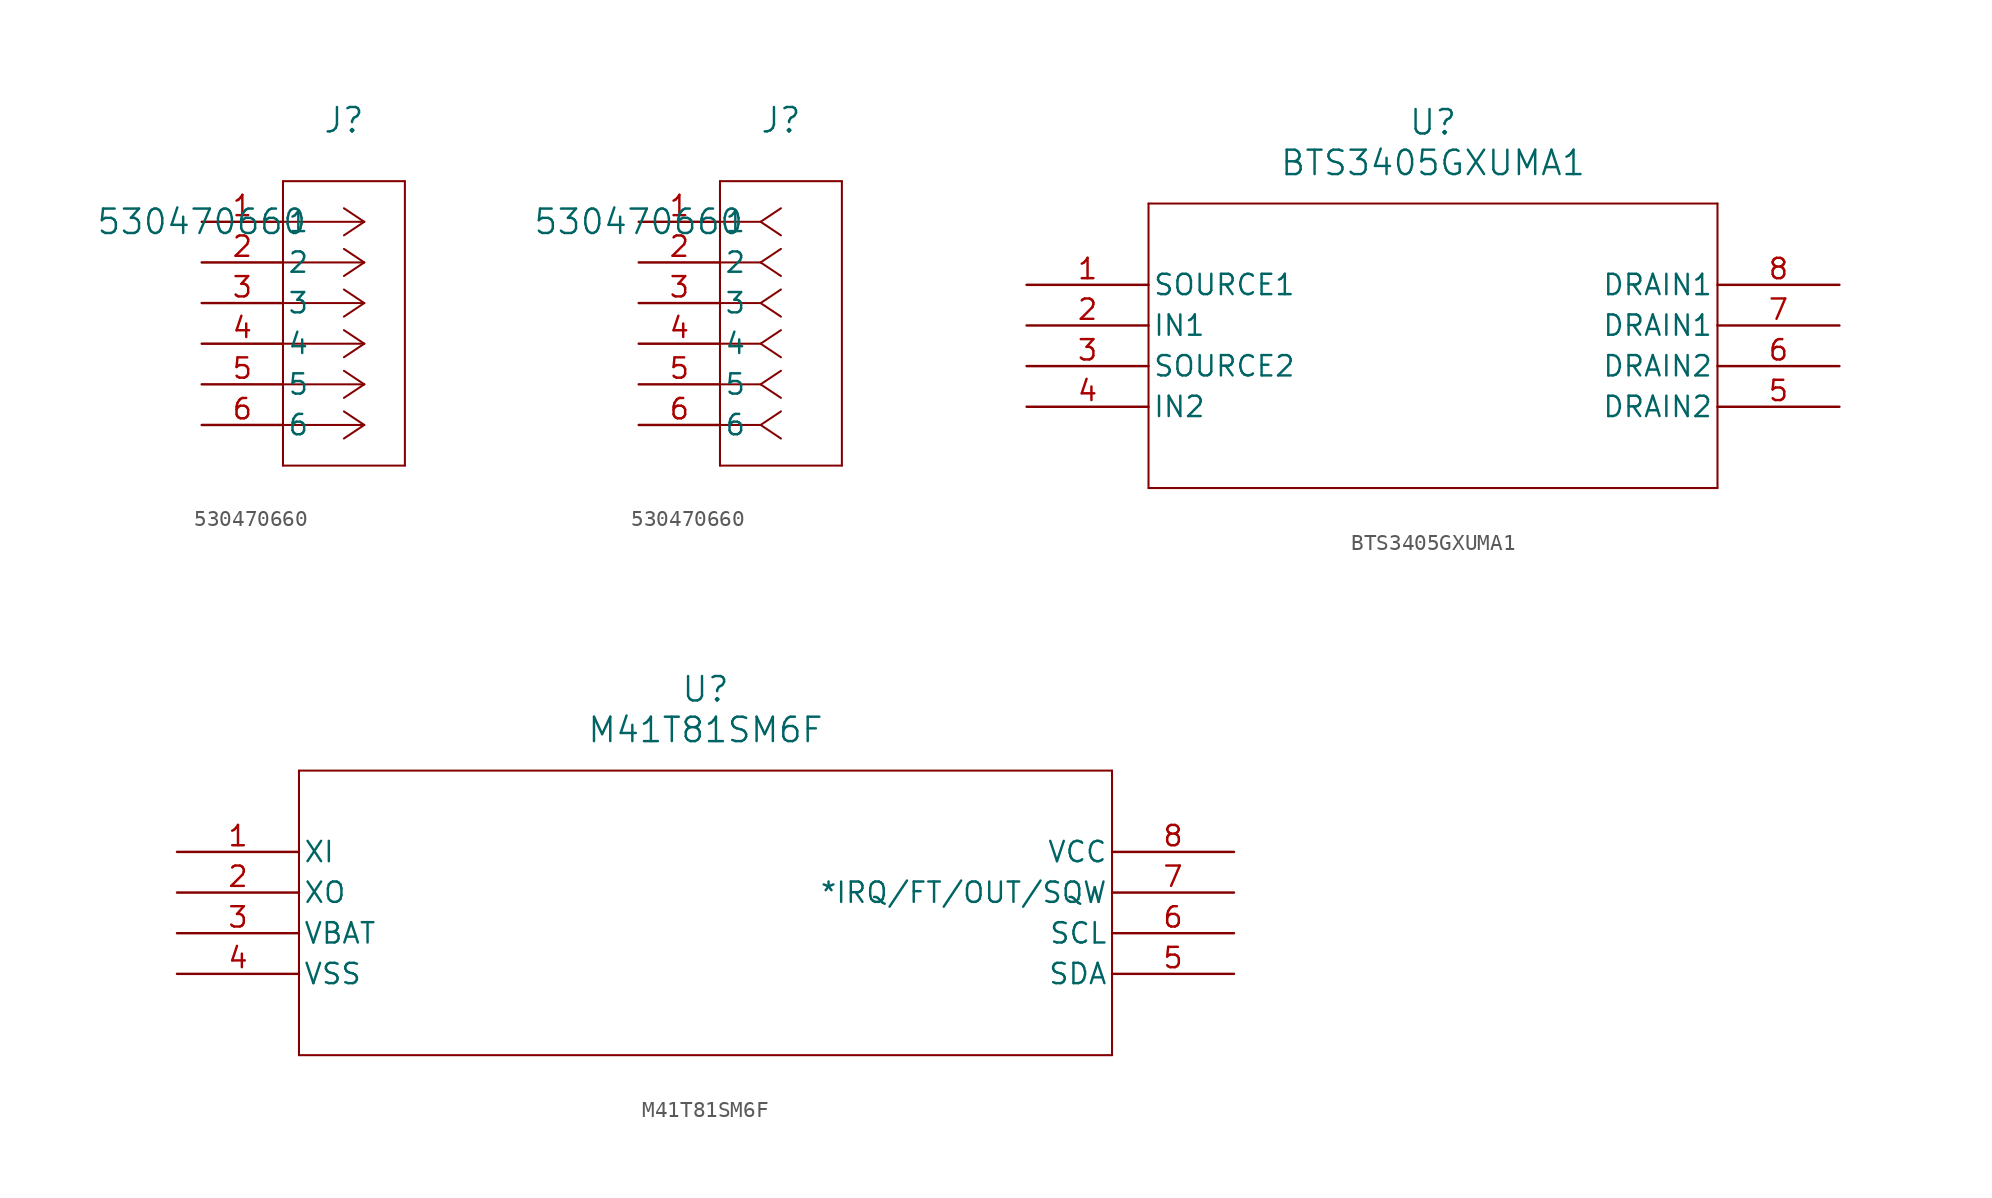
<source format=kicad_sym>
(kicad_symbol_lib
  (version 20231120)
  (generator "kicad_symbol_editor")
  (generator_version "8.0")
  (symbol "530470660"
    (pin_names
      (offset 0.254))
    (property "Reference" "J"
      (at 8.89 6.35 0)
      (effects (font (size 1.524 1.524))))
    (property "Value" "530470660"
      (at 0 0 0)
      (effects (font (size 1.524 1.524))))
    (property "ki_locked" ""
      (at 0 0 0)
      (effects (font (size 1.27 1.27))))
    (symbol "530470660_1_1"
      (polyline (pts (xy 5.08 -15.24) (xy 12.7 -15.24)) (stroke (width 0.127) (type default)) (fill (type none)))
      (polyline (pts (xy 5.08 2.54) (xy 5.08 -15.24)) (stroke (width 0.127) (type default)) (fill (type none)))
      (polyline (pts (xy 10.16 -12.7) (xy 5.08 -12.7)) (stroke (width 0.127) (type default)) (fill (type none)))
      (polyline (pts (xy 10.16 -12.7) (xy 8.89 -13.547)) (stroke (width 0.127) (type default)) (fill (type none)))
      (polyline (pts (xy 10.16 -12.7) (xy 8.89 -11.853)) (stroke (width 0.127) (type default)) (fill (type none)))
      (polyline (pts (xy 10.16 -10.16) (xy 5.08 -10.16)) (stroke (width 0.127) (type default)) (fill (type none)))
      (polyline (pts (xy 10.16 -10.16) (xy 8.89 -11.007)) (stroke (width 0.127) (type default)) (fill (type none)))
      (polyline (pts (xy 10.16 -10.16) (xy 8.89 -9.313)) (stroke (width 0.127) (type default)) (fill (type none)))
      (polyline (pts (xy 10.16 -7.62) (xy 5.08 -7.62)) (stroke (width 0.127) (type default)) (fill (type none)))
      (polyline (pts (xy 10.16 -7.62) (xy 8.89 -8.467)) (stroke (width 0.127) (type default)) (fill (type none)))
      (polyline (pts (xy 10.16 -7.62) (xy 8.89 -6.773)) (stroke (width 0.127) (type default)) (fill (type none)))
      (polyline (pts (xy 10.16 -5.08) (xy 5.08 -5.08)) (stroke (width 0.127) (type default)) (fill (type none)))
      (polyline (pts (xy 10.16 -5.08) (xy 8.89 -5.927)) (stroke (width 0.127) (type default)) (fill (type none)))
      (polyline (pts (xy 10.16 -5.08) (xy 8.89 -4.233)) (stroke (width 0.127) (type default)) (fill (type none)))
      (polyline (pts (xy 10.16 -2.54) (xy 5.08 -2.54)) (stroke (width 0.127) (type default)) (fill (type none)))
      (polyline (pts (xy 10.16 -2.54) (xy 8.89 -3.387)) (stroke (width 0.127) (type default)) (fill (type none)))
      (polyline (pts (xy 10.16 -2.54) (xy 8.89 -1.693)) (stroke (width 0.127) (type default)) (fill (type none)))
      (polyline (pts (xy 10.16 0) (xy 5.08 0)) (stroke (width 0.127) (type default)) (fill (type none)))
      (polyline (pts (xy 10.16 0) (xy 8.89 -0.847)) (stroke (width 0.127) (type default)) (fill (type none)))
      (polyline (pts (xy 10.16 0) (xy 8.89 0.847)) (stroke (width 0.127) (type default)) (fill (type none)))
      (polyline (pts (xy 12.7 -15.24) (xy 12.7 2.54)) (stroke (width 0.127) (type default)) (fill (type none)))
      (polyline (pts (xy 12.7 2.54) (xy 5.08 2.54)) (stroke (width 0.127) (type default)) (fill (type none)))
      (pin unspecified line (at 0 0 0) (length 5.08) (name "1" (effects (font (size 1.27 1.27)))) (number "1" (effects (font (size 1.27 1.27)))))
      (pin unspecified line (at 0 -2.54 0) (length 5.08) (name "2" (effects (font (size 1.27 1.27)))) (number "2" (effects (font (size 1.27 1.27)))))
      (pin unspecified line (at 0 -5.08 0) (length 5.08) (name "3" (effects (font (size 1.27 1.27)))) (number "3" (effects (font (size 1.27 1.27)))))
      (pin unspecified line (at 0 -7.62 0) (length 5.08) (name "4" (effects (font (size 1.27 1.27)))) (number "4" (effects (font (size 1.27 1.27)))))
      (pin unspecified line (at 0 -10.16 0) (length 5.08) (name "5" (effects (font (size 1.27 1.27)))) (number "5" (effects (font (size 1.27 1.27)))))
      (pin unspecified line (at 0 -12.7 0) (length 5.08) (name "6" (effects (font (size 1.27 1.27)))) (number "6" (effects (font (size 1.27 1.27))))))
    (symbol "530470660_1_2"
      (polyline (pts (xy 5.08 -15.24) (xy 12.7 -15.24)) (stroke (width 0.127) (type default)) (fill (type none)))
      (polyline (pts (xy 5.08 2.54) (xy 5.08 -15.24)) (stroke (width 0.127) (type default)) (fill (type none)))
      (polyline (pts (xy 7.62 -12.7) (xy 5.08 -12.7)) (stroke (width 0.127) (type default)) (fill (type none)))
      (polyline (pts (xy 7.62 -12.7) (xy 8.89 -13.547)) (stroke (width 0.127) (type default)) (fill (type none)))
      (polyline (pts (xy 7.62 -12.7) (xy 8.89 -11.853)) (stroke (width 0.127) (type default)) (fill (type none)))
      (polyline (pts (xy 7.62 -10.16) (xy 5.08 -10.16)) (stroke (width 0.127) (type default)) (fill (type none)))
      (polyline (pts (xy 7.62 -10.16) (xy 8.89 -11.007)) (stroke (width 0.127) (type default)) (fill (type none)))
      (polyline (pts (xy 7.62 -10.16) (xy 8.89 -9.313)) (stroke (width 0.127) (type default)) (fill (type none)))
      (polyline (pts (xy 7.62 -7.62) (xy 5.08 -7.62)) (stroke (width 0.127) (type default)) (fill (type none)))
      (polyline (pts (xy 7.62 -7.62) (xy 8.89 -8.467)) (stroke (width 0.127) (type default)) (fill (type none)))
      (polyline (pts (xy 7.62 -7.62) (xy 8.89 -6.773)) (stroke (width 0.127) (type default)) (fill (type none)))
      (polyline (pts (xy 7.62 -5.08) (xy 5.08 -5.08)) (stroke (width 0.127) (type default)) (fill (type none)))
      (polyline (pts (xy 7.62 -5.08) (xy 8.89 -5.927)) (stroke (width 0.127) (type default)) (fill (type none)))
      (polyline (pts (xy 7.62 -5.08) (xy 8.89 -4.233)) (stroke (width 0.127) (type default)) (fill (type none)))
      (polyline (pts (xy 7.62 -2.54) (xy 5.08 -2.54)) (stroke (width 0.127) (type default)) (fill (type none)))
      (polyline (pts (xy 7.62 -2.54) (xy 8.89 -3.387)) (stroke (width 0.127) (type default)) (fill (type none)))
      (polyline (pts (xy 7.62 -2.54) (xy 8.89 -1.693)) (stroke (width 0.127) (type default)) (fill (type none)))
      (polyline (pts (xy 7.62 0) (xy 5.08 0)) (stroke (width 0.127) (type default)) (fill (type none)))
      (polyline (pts (xy 7.62 0) (xy 8.89 -0.847)) (stroke (width 0.127) (type default)) (fill (type none)))
      (polyline (pts (xy 7.62 0) (xy 8.89 0.847)) (stroke (width 0.127) (type default)) (fill (type none)))
      (polyline (pts (xy 12.7 -15.24) (xy 12.7 2.54)) (stroke (width 0.127) (type default)) (fill (type none)))
      (polyline (pts (xy 12.7 2.54) (xy 5.08 2.54)) (stroke (width 0.127) (type default)) (fill (type none)))
      (pin unspecified line (at 0 0 0) (length 5.08) (name "1" (effects (font (size 1.27 1.27)))) (number "1" (effects (font (size 1.27 1.27)))))
      (pin unspecified line (at 0 -2.54 0) (length 5.08) (name "2" (effects (font (size 1.27 1.27)))) (number "2" (effects (font (size 1.27 1.27)))))
      (pin unspecified line (at 0 -5.08 0) (length 5.08) (name "3" (effects (font (size 1.27 1.27)))) (number "3" (effects (font (size 1.27 1.27)))))
      (pin unspecified line (at 0 -7.62 0) (length 5.08) (name "4" (effects (font (size 1.27 1.27)))) (number "4" (effects (font (size 1.27 1.27)))))
      (pin unspecified line (at 0 -10.16 0) (length 5.08) (name "5" (effects (font (size 1.27 1.27)))) (number "5" (effects (font (size 1.27 1.27)))))
      (pin unspecified line (at 0 -12.7 0) (length 5.08) (name "6" (effects (font (size 1.27 1.27)))) (number "6" (effects (font (size 1.27 1.27)))))))
  (symbol "BTS3405GXUMA1"
    (pin_names
      (offset 0.254))
    (property "Reference" "U"
      (at 25.4 10.16 0)
      (effects (font (size 1.524 1.524))))
    (property "Value" "BTS3405GXUMA1"
      (at 25.4 7.62 0)
      (effects (font (size 1.524 1.524))))
    (property "ki_locked" ""
      (at 0 0 0)
      (effects (font (size 1.27 1.27))))
    (symbol "BTS3405GXUMA1_0_1"
      (polyline (pts (xy 7.62 -12.7) (xy 43.18 -12.7)) (stroke (width 0.127) (type default)) (fill (type none)))
      (polyline (pts (xy 7.62 5.08) (xy 7.62 -12.7)) (stroke (width 0.127) (type default)) (fill (type none)))
      (polyline (pts (xy 43.18 -12.7) (xy 43.18 5.08)) (stroke (width 0.127) (type default)) (fill (type none)))
      (polyline (pts (xy 43.18 5.08) (xy 7.62 5.08)) (stroke (width 0.127) (type default)) (fill (type none)))
      (pin power_out line (at 0 0 0) (length 7.62) (name "SOURCE1" (effects (font (size 1.27 1.27)))) (number "1" (effects (font (size 1.27 1.27)))))
      (pin input line (at 0 -2.54 0) (length 7.62) (name "IN1" (effects (font (size 1.27 1.27)))) (number "2" (effects (font (size 1.27 1.27)))))
      (pin power_out line (at 0 -5.08 0) (length 7.62) (name "SOURCE2" (effects (font (size 1.27 1.27)))) (number "3" (effects (font (size 1.27 1.27)))))
      (pin input line (at 0 -7.62 0) (length 7.62) (name "IN2" (effects (font (size 1.27 1.27)))) (number "4" (effects (font (size 1.27 1.27)))))
      (pin unspecified line (at 50.8 -7.62 180) (length 7.62) (name "DRAIN2" (effects (font (size 1.27 1.27)))) (number "5" (effects (font (size 1.27 1.27)))))
      (pin unspecified line (at 50.8 -5.08 180) (length 7.62) (name "DRAIN2" (effects (font (size 1.27 1.27)))) (number "6" (effects (font (size 1.27 1.27)))))
      (pin unspecified line (at 50.8 -2.54 180) (length 7.62) (name "DRAIN1" (effects (font (size 1.27 1.27)))) (number "7" (effects (font (size 1.27 1.27)))))
      (pin unspecified line (at 50.8 0 180) (length 7.62) (name "DRAIN1" (effects (font (size 1.27 1.27)))) (number "8" (effects (font (size 1.27 1.27)))))))
  (symbol "M41T81SM6F"
    (pin_names
      (offset 0.254))
    (property "Reference" "U"
      (at 33.02 10.16 0)
      (effects (font (size 1.524 1.524))))
    (property "Value" "M41T81SM6F"
      (at 33.02 7.62 0)
      (effects (font (size 1.524 1.524))))
    (property "ki_locked" ""
      (at 0 0 0)
      (effects (font (size 1.27 1.27))))
    (symbol "M41T81SM6F_0_1"
      (polyline (pts (xy 7.62 -12.7) (xy 58.42 -12.7)) (stroke (width 0.127) (type default)) (fill (type none)))
      (polyline (pts (xy 7.62 5.08) (xy 7.62 -12.7)) (stroke (width 0.127) (type default)) (fill (type none)))
      (polyline (pts (xy 58.42 -12.7) (xy 58.42 5.08)) (stroke (width 0.127) (type default)) (fill (type none)))
      (polyline (pts (xy 58.42 5.08) (xy 7.62 5.08)) (stroke (width 0.127) (type default)) (fill (type none)))
      (pin input line (at 0 0 0) (length 7.62) (name "XI" (effects (font (size 1.27 1.27)))) (number "1" (effects (font (size 1.27 1.27)))))
      (pin output line (at 0 -2.54 0) (length 7.62) (name "XO" (effects (font (size 1.27 1.27)))) (number "2" (effects (font (size 1.27 1.27)))))
      (pin power_in line (at 0 -5.08 0) (length 7.62) (name "VBAT" (effects (font (size 1.27 1.27)))) (number "3" (effects (font (size 1.27 1.27)))))
      (pin power_in line (at 0 -7.62 0) (length 7.62) (name "VSS" (effects (font (size 1.27 1.27)))) (number "4" (effects (font (size 1.27 1.27)))))
      (pin bidirectional line (at 66.04 -7.62 180) (length 7.62) (name "SDA" (effects (font (size 1.27 1.27)))) (number "5" (effects (font (size 1.27 1.27)))))
      (pin input line (at 66.04 -5.08 180) (length 7.62) (name "SCL" (effects (font (size 1.27 1.27)))) (number "6" (effects (font (size 1.27 1.27)))))
      (pin bidirectional line (at 66.04 -2.54 180) (length 7.62) (name "*IRQ/FT/OUT/SQW" (effects (font (size 1.27 1.27)))) (number "7" (effects (font (size 1.27 1.27)))))
      (pin power_in line (at 66.04 0 180) (length 7.62) (name "VCC" (effects (font (size 1.27 1.27)))) (number "8" (effects (font (size 1.27 1.27))))))))
</source>
